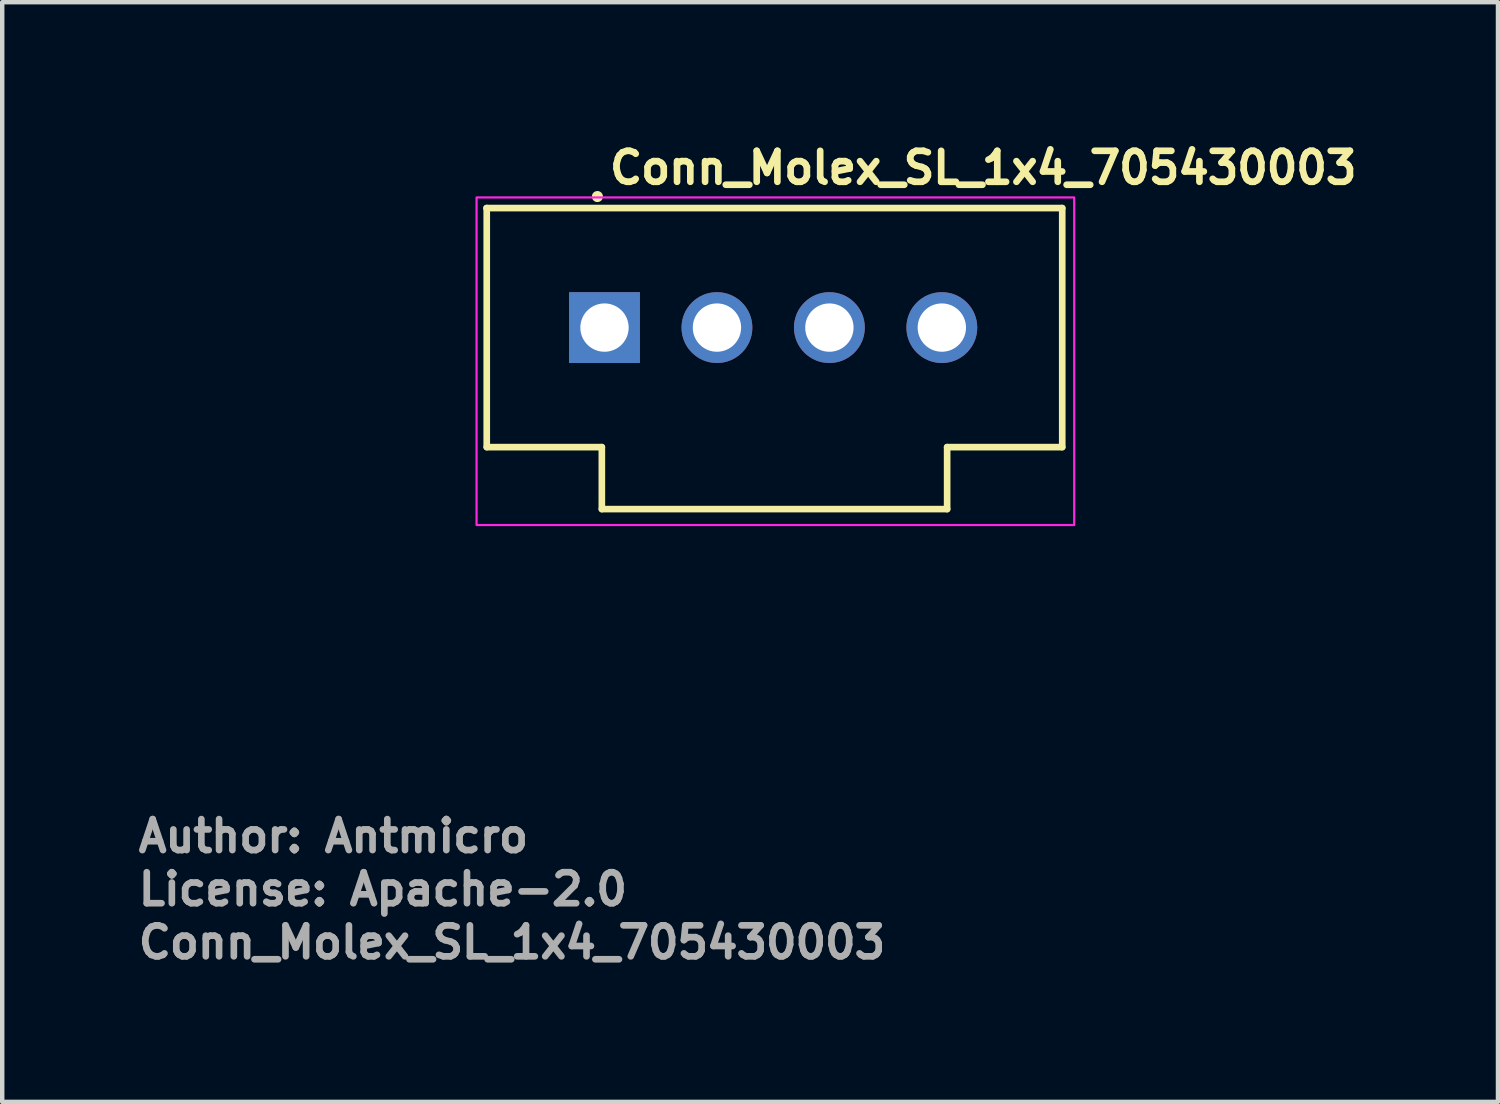
<source format=kicad_pcb>
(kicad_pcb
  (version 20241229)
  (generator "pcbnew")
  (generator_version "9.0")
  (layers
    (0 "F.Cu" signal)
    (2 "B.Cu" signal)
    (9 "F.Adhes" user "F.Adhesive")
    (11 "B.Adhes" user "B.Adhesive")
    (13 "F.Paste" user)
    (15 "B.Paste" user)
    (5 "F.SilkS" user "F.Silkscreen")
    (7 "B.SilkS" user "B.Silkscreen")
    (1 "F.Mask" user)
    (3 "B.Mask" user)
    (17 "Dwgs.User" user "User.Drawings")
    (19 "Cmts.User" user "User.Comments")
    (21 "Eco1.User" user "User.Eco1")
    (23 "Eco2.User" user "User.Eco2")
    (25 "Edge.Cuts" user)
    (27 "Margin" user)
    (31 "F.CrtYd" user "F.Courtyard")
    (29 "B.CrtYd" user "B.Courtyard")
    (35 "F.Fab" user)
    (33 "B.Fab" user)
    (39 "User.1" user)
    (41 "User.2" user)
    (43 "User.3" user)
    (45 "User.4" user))
  (footprint "Conn_Molex_SL_1x4_705430003"
    (layer "F.Cu")
    (at 10.645 4.35)
    (property "Reference" "Conn_Molex_SL_1x4_705430003" (at 0 -3.2 0) (unlocked yes) (layer "F.SilkS") (effects (font (size 0.7 0.7) (thickness 0.15)) (justify left bottom)))
    (attr through_hole)
    (fp_line (start -2.7 -2.7) (end -2.7 2.7) (stroke (width 0.15) (type solid)) (layer "F.SilkS"))
    (fp_line (start -0.1 2.7) (end -2.7 2.7) (stroke (width 0.15) (type solid)) (layer "F.SilkS"))
    (fp_line (start -0.1 2.7) (end -0.1 4.1) (stroke (width 0.15) (type solid)) (layer "F.SilkS"))
    (fp_line (start -0.1 4.1) (end 7.7 4.1) (stroke (width 0.15) (type solid)) (layer "F.SilkS"))
    (fp_line (start 7.7 2.7) (end 7.7 4.1) (stroke (width 0.15) (type solid)) (layer "F.SilkS"))
    (fp_line (start 10.3 -2.7) (end -2.707 -2.7) (stroke (width 0.15) (type solid)) (layer "F.SilkS"))
    (fp_line (start 10.3 -2.7) (end 10.3 2.7) (stroke (width 0.15) (type solid)) (layer "F.SilkS"))
    (fp_line (start 10.3 2.7) (end 7.7 2.7) (stroke (width 0.15) (type solid)) (layer "F.SilkS"))
    (fp_circle (center -0.2 -2.96) (end -0.15 -2.96) (stroke (width 0.15) (type solid)) (fill yes) (layer "F.SilkS"))
    (fp_rect (start 10.57 4.46) (end -2.93 -2.94) (stroke (width 0.05) (type solid)) (fill no) (layer "F.CrtYd"))
    (fp_rect (start 10.171 4.062) (end -2.529 -2.542) (stroke (width 0.1) (type solid)) (fill no) (layer "User.5"))
    (fp_line (start -2.529 2.538) (end -2.529 -2.542) (stroke (width 0.02) (type solid)) (layer "User.9"))
    (fp_line (start -2.529 2.538) (end -1.818 2.538) (stroke (width 0.02) (type solid)) (layer "User.9"))
    (fp_line (start -2.021 -2.034) (end 0.646 -2.034) (stroke (width 0.02) (type solid)) (layer "User.9"))
    (fp_line (start -2.021 2.03) (end -2.021 -2.034) (stroke (width 0.02) (type solid)) (layer "User.9"))
    (fp_line (start -1.818 2.513) (end -1.818 2.538) (stroke (width 0.02) (type solid)) (layer "User.9"))
    (fp_line (start -1.818 2.538) (end -1.005 2.538) (stroke (width 0.02) (type solid)) (layer "User.9"))
    (fp_line (start -1.513 -1.526) (end -2.021 -2.034) (stroke (width 0.02) (type solid)) (layer "User.9"))
    (fp_line (start -1.513 -1.526) (end 0.646 -1.526) (stroke (width 0.02) (type solid)) (layer "User.9"))
    (fp_line (start -1.513 1.522) (end -2.021 2.03) (stroke (width 0.02) (type solid)) (layer "User.9"))
    (fp_line (start -1.513 1.522) (end -1.513 -1.526) (stroke (width 0.02) (type solid)) (layer "User.9"))
    (fp_line (start -1.005 2.538) (end -1.005 2.513) (stroke (width 0.02) (type solid)) (layer "User.9"))
    (fp_line (start -1.005 2.538) (end -0.192 2.538) (stroke (width 0.02) (type solid)) (layer "User.9"))
    (fp_line (start -0.307 -0.32) (end -0.104 -0.116) (stroke (width 0.02) (type solid)) (layer "User.9"))
    (fp_line (start -0.307 -0.32) (end 0.328 -0.32) (stroke (width 0.02) (type solid)) (layer "User.9"))
    (fp_line (start -0.307 0.316) (end -0.307 -0.32) (stroke (width 0.02) (type solid)) (layer "User.9"))
    (fp_line (start -0.307 0.316) (end 0.328 0.316) (stroke (width 0.02) (type solid)) (layer "User.9"))
    (fp_line (start -0.192 2.513) (end -1.818 2.513) (stroke (width 0.02) (type solid)) (layer "User.9"))
    (fp_line (start -0.192 2.513) (end -0.192 2.538) (stroke (width 0.02) (type solid)) (layer "User.9"))
    (fp_line (start -0.192 2.538) (end 0.011 2.538) (stroke (width 0.02) (type solid)) (layer "User.9"))
    (fp_line (start -0.104 -0.116) (end 0.125 -0.116) (stroke (width 0.02) (type solid)) (layer "User.9"))
    (fp_line (start -0.104 0.112) (end -0.307 0.316) (stroke (width 0.02) (type solid)) (layer "User.9"))
    (fp_line (start -0.104 0.112) (end -0.104 -0.116) (stroke (width 0.02) (type solid)) (layer "User.9"))
    (fp_line (start -0.104 0.112) (end 0.125 0.112) (stroke (width 0.02) (type solid)) (layer "User.9"))
    (fp_line (start 0.011 4.062) (end 0.011 2.538) (stroke (width 0.02) (type solid)) (layer "User.9"))
    (fp_line (start 0.125 -0.116) (end 0.125 0.112) (stroke (width 0.02) (type solid)) (layer "User.9"))
    (fp_line (start 0.125 -0.116) (end 0.328 -0.32) (stroke (width 0.02) (type solid)) (layer "User.9"))
    (fp_line (start 0.328 -0.32) (end 0.328 0.316) (stroke (width 0.02) (type solid)) (layer "User.9"))
    (fp_line (start 0.328 0.316) (end 0.125 0.112) (stroke (width 0.02) (type solid)) (layer "User.9"))
    (fp_line (start 0.519 2.03) (end -2.021 2.03) (stroke (width 0.02) (type solid)) (layer "User.9"))
    (fp_line (start 0.519 3.554) (end 0.519 2.03) (stroke (width 0.02) (type solid)) (layer "User.9"))
    (fp_line (start 0.646 -2.542) (end -2.529 -2.542) (stroke (width 0.02) (type solid)) (layer "User.9"))
    (fp_line (start 0.646 -2.542) (end 0.646 -2.034) (stroke (width 0.02) (type solid)) (layer "User.9"))
    (fp_line (start 0.646 -2.034) (end 0.646 -1.526) (stroke (width 0.02) (type solid)) (layer "User.9"))
    (fp_line (start 1.027 1.522) (end -1.513 1.522) (stroke (width 0.02) (type solid)) (layer "User.9"))
    (fp_line (start 1.027 1.522) (end 0.519 2.03) (stroke (width 0.02) (type solid)) (layer "User.9"))
    (fp_line (start 1.027 3.046) (end 0.519 3.554) (stroke (width 0.02) (type solid)) (layer "User.9"))
    (fp_line (start 1.027 3.046) (end 1.027 1.522) (stroke (width 0.02) (type solid)) (layer "User.9"))
    (fp_line (start 1.916 -2.542) (end 0.646 -2.542) (stroke (width 0.02) (type solid)) (layer "User.9"))
    (fp_line (start 1.916 -2.542) (end 1.916 -2.034) (stroke (width 0.02) (type solid)) (layer "User.9"))
    (fp_line (start 1.916 -2.034) (end 1.916 -1.526) (stroke (width 0.02) (type solid)) (layer "User.9"))
    (fp_line (start 1.916 -2.034) (end 5.726 -2.034) (stroke (width 0.02) (type solid)) (layer "User.9"))
    (fp_line (start 1.916 -1.526) (end 5.726 -1.526) (stroke (width 0.02) (type solid)) (layer "User.9"))
    (fp_line (start 2.233 -0.32) (end 2.436 -0.116) (stroke (width 0.02) (type solid)) (layer "User.9"))
    (fp_line (start 2.233 -0.32) (end 2.868 -0.32) (stroke (width 0.02) (type solid)) (layer "User.9"))
    (fp_line (start 2.233 0.316) (end 2.233 -0.32) (stroke (width 0.02) (type solid)) (layer "User.9"))
    (fp_line (start 2.233 0.316) (end 2.868 0.316) (stroke (width 0.02) (type solid)) (layer "User.9"))
    (fp_line (start 2.297 1.522) (end 1.027 1.522) (stroke (width 0.02) (type solid)) (layer "User.9"))
    (fp_line (start 2.297 1.522) (end 2.297 2.03) (stroke (width 0.02) (type solid)) (layer "User.9"))
    (fp_line (start 2.297 2.03) (end 1.027 2.03) (stroke (width 0.02) (type solid)) (layer "User.9"))
    (fp_line (start 2.297 2.538) (end 1.027 2.538) (stroke (width 0.02) (type solid)) (layer "User.9"))
    (fp_line (start 2.297 2.538) (end 2.297 2.03) (stroke (width 0.02) (type solid)) (layer "User.9"))
    (fp_line (start 2.436 -0.116) (end 2.665 -0.116) (stroke (width 0.02) (type solid)) (layer "User.9"))
    (fp_line (start 2.436 0.112) (end 2.233 0.316) (stroke (width 0.02) (type solid)) (layer "User.9"))
    (fp_line (start 2.436 0.112) (end 2.436 -0.116) (stroke (width 0.02) (type solid)) (layer "User.9"))
    (fp_line (start 2.436 0.112) (end 2.665 0.112) (stroke (width 0.02) (type solid)) (layer "User.9"))
    (fp_line (start 2.665 -0.116) (end 2.665 0.112) (stroke (width 0.02) (type solid)) (layer "User.9"))
    (fp_line (start 2.665 -0.116) (end 2.868 -0.32) (stroke (width 0.02) (type solid)) (layer "User.9"))
    (fp_line (start 2.868 -0.32) (end 2.868 0.316) (stroke (width 0.02) (type solid)) (layer "User.9"))
    (fp_line (start 2.868 0.316) (end 2.665 0.112) (stroke (width 0.02) (type solid)) (layer "User.9"))
    (fp_line (start 4.773 -0.32) (end 4.976 -0.116) (stroke (width 0.02) (type solid)) (layer "User.9"))
    (fp_line (start 4.773 -0.32) (end 5.408 -0.32) (stroke (width 0.02) (type solid)) (layer "User.9"))
    (fp_line (start 4.773 0.316) (end 4.773 -0.32) (stroke (width 0.02) (type solid)) (layer "User.9"))
    (fp_line (start 4.773 0.316) (end 5.408 0.316) (stroke (width 0.02) (type solid)) (layer "User.9"))
    (fp_line (start 4.976 -0.116) (end 5.205 -0.116) (stroke (width 0.02) (type solid)) (layer "User.9"))
    (fp_line (start 4.976 0.112) (end 4.773 0.316) (stroke (width 0.02) (type solid)) (layer "User.9"))
    (fp_line (start 4.976 0.112) (end 4.976 -0.116) (stroke (width 0.02) (type solid)) (layer "User.9"))
    (fp_line (start 4.976 0.112) (end 5.205 0.112) (stroke (width 0.02) (type solid)) (layer "User.9"))
    (fp_line (start 5.205 -0.116) (end 5.205 0.112) (stroke (width 0.02) (type solid)) (layer "User.9"))
    (fp_line (start 5.205 -0.116) (end 5.408 -0.32) (stroke (width 0.02) (type solid)) (layer "User.9"))
    (fp_line (start 5.345 2.03) (end 5.345 1.522) (stroke (width 0.02) (type solid)) (layer "User.9"))
    (fp_line (start 5.345 2.538) (end 2.297 2.538) (stroke (width 0.02) (type solid)) (layer "User.9"))
    (fp_line (start 5.345 2.538) (end 5.345 2.03) (stroke (width 0.02) (type solid)) (layer "User.9"))
    (fp_line (start 5.408 -0.32) (end 5.408 0.316) (stroke (width 0.02) (type solid)) (layer "User.9"))
    (fp_line (start 5.408 0.316) (end 5.205 0.112) (stroke (width 0.02) (type solid)) (layer "User.9"))
    (fp_line (start 5.726 -2.542) (end 1.916 -2.542) (stroke (width 0.02) (type solid)) (layer "User.9"))
    (fp_line (start 5.726 -2.542) (end 5.726 -2.034) (stroke (width 0.02) (type solid)) (layer "User.9"))
    (fp_line (start 5.726 -2.542) (end 6.996 -2.542) (stroke (width 0.02) (type solid)) (layer "User.9"))
    (fp_line (start 5.726 -2.034) (end 5.726 -1.526) (stroke (width 0.02) (type solid)) (layer "User.9"))
    (fp_line (start 6.615 1.522) (end 5.345 1.522) (stroke (width 0.02) (type solid)) (layer "User.9"))
    (fp_line (start 6.615 1.522) (end 6.615 3.046) (stroke (width 0.02) (type solid)) (layer "User.9"))
    (fp_line (start 6.615 1.522) (end 7.123 2.03) (stroke (width 0.02) (type solid)) (layer "User.9"))
    (fp_line (start 6.615 2.03) (end 5.345 2.03) (stroke (width 0.02) (type solid)) (layer "User.9"))
    (fp_line (start 6.615 2.538) (end 5.345 2.538) (stroke (width 0.02) (type solid)) (layer "User.9"))
    (fp_line (start 6.615 3.046) (end 1.027 3.046) (stroke (width 0.02) (type solid)) (layer "User.9"))
    (fp_line (start 6.615 3.046) (end 7.123 3.554) (stroke (width 0.02) (type solid)) (layer "User.9"))
    (fp_line (start 6.996 -2.542) (end 6.996 -2.034) (stroke (width 0.02) (type solid)) (layer "User.9"))
    (fp_line (start 6.996 -2.034) (end 6.996 -1.526) (stroke (width 0.02) (type solid)) (layer "User.9"))
    (fp_line (start 6.996 -2.034) (end 9.663 -2.034) (stroke (width 0.02) (type solid)) (layer "User.9"))
    (fp_line (start 6.996 -1.526) (end 9.155 -1.526) (stroke (width 0.02) (type solid)) (layer "User.9"))
    (fp_line (start 7.123 2.03) (end 7.123 3.554) (stroke (width 0.02) (type solid)) (layer "User.9"))
    (fp_line (start 7.123 3.554) (end 0.519 3.554) (stroke (width 0.02) (type solid)) (layer "User.9"))
    (fp_line (start 7.313 -0.32) (end 7.516 -0.116) (stroke (width 0.02) (type solid)) (layer "User.9"))
    (fp_line (start 7.313 -0.32) (end 7.948 -0.32) (stroke (width 0.02) (type solid)) (layer "User.9"))
    (fp_line (start 7.313 0.316) (end 7.313 -0.32) (stroke (width 0.02) (type solid)) (layer "User.9"))
    (fp_line (start 7.313 0.316) (end 7.948 0.316) (stroke (width 0.02) (type solid)) (layer "User.9"))
    (fp_line (start 7.516 -0.116) (end 7.745 -0.116) (stroke (width 0.02) (type solid)) (layer "User.9"))
    (fp_line (start 7.516 0.112) (end 7.313 0.316) (stroke (width 0.02) (type solid)) (layer "User.9"))
    (fp_line (start 7.516 0.112) (end 7.516 -0.116) (stroke (width 0.02) (type solid)) (layer "User.9"))
    (fp_line (start 7.516 0.112) (end 7.745 0.112) (stroke (width 0.02) (type solid)) (layer "User.9"))
    (fp_line (start 7.631 4.062) (end 0.011 4.062) (stroke (width 0.02) (type solid)) (layer "User.9"))
    (fp_line (start 7.631 4.062) (end 7.631 2.538) (stroke (width 0.02) (type solid)) (layer "User.9"))
    (fp_line (start 7.745 -0.116) (end 7.745 0.112) (stroke (width 0.02) (type solid)) (layer "User.9"))
    (fp_line (start 7.745 -0.116) (end 7.948 -0.32) (stroke (width 0.02) (type solid)) (layer "User.9"))
    (fp_line (start 7.948 -0.32) (end 7.948 0.316) (stroke (width 0.02) (type solid)) (layer "User.9"))
    (fp_line (start 7.948 0.316) (end 7.745 0.112) (stroke (width 0.02) (type solid)) (layer "User.9"))
    (fp_line (start 9.155 -1.526) (end 9.155 1.522) (stroke (width 0.02) (type solid)) (layer "User.9"))
    (fp_line (start 9.155 -1.526) (end 9.663 -2.034) (stroke (width 0.02) (type solid)) (layer "User.9"))
    (fp_line (start 9.155 1.522) (end 6.615 1.522) (stroke (width 0.02) (type solid)) (layer "User.9"))
    (fp_line (start 9.155 1.522) (end 9.663 2.03) (stroke (width 0.02) (type solid)) (layer "User.9"))
    (fp_line (start 9.663 -2.034) (end 9.663 2.03) (stroke (width 0.02) (type solid)) (layer "User.9"))
    (fp_line (start 9.663 2.03) (end 7.123 2.03) (stroke (width 0.02) (type solid)) (layer "User.9"))
    (fp_line (start 10.171 -2.542) (end 6.996 -2.542) (stroke (width 0.02) (type solid)) (layer "User.9"))
    (fp_line (start 10.171 2.538) (end 7.631 2.538) (stroke (width 0.02) (type solid)) (layer "User.9"))
    (fp_line (start 10.171 2.538) (end 10.171 -2.542) (stroke (width 0.02) (type solid)) (layer "User.9"))
    (fp_text user "Author: Antmicro" (at -10.645 11.896 0) (layer "F.Fab") (effects (font (size 0.7 0.7) (thickness 0.15)) (justify left bottom)))
    (fp_text user "${REFERENCE}" (at -10.645 14.296 0) (layer "F.Fab") (effects (font (size 0.7 0.7) (thickness 0.15)) (justify left bottom)))
    (fp_text user "License: Apache-2.0" (at -10.645 13.096 0) (layer "F.Fab") (effects (font (size 0.7 0.7) (thickness 0.15)) (justify left bottom)))
    (pad "1" thru_hole rect (at -0.04 0 180) (size 1.6 1.6) (drill 1.092) (layers "*.Cu" "*.Mask"))
    (pad "2" thru_hole circle (at 2.5 0 180) (size 1.6 1.6) (drill 1.092) (layers "*.Cu" "*.Mask"))
    (pad "3" thru_hole circle (at 5.04 0 180) (size 1.6 1.6) (drill 1.092) (layers "*.Cu" "*.Mask"))
    (pad "4" thru_hole circle (at 7.58 0 180) (size 1.6 1.6) (drill 1.092) (layers "*.Cu" "*.Mask")))
  (gr_rect
    (start -3 -3)
    (end 30.788 21.841)
    (stroke (width 0.1) (type default))
    (fill no)
    (layer "Edge.Cuts")))
</source>
